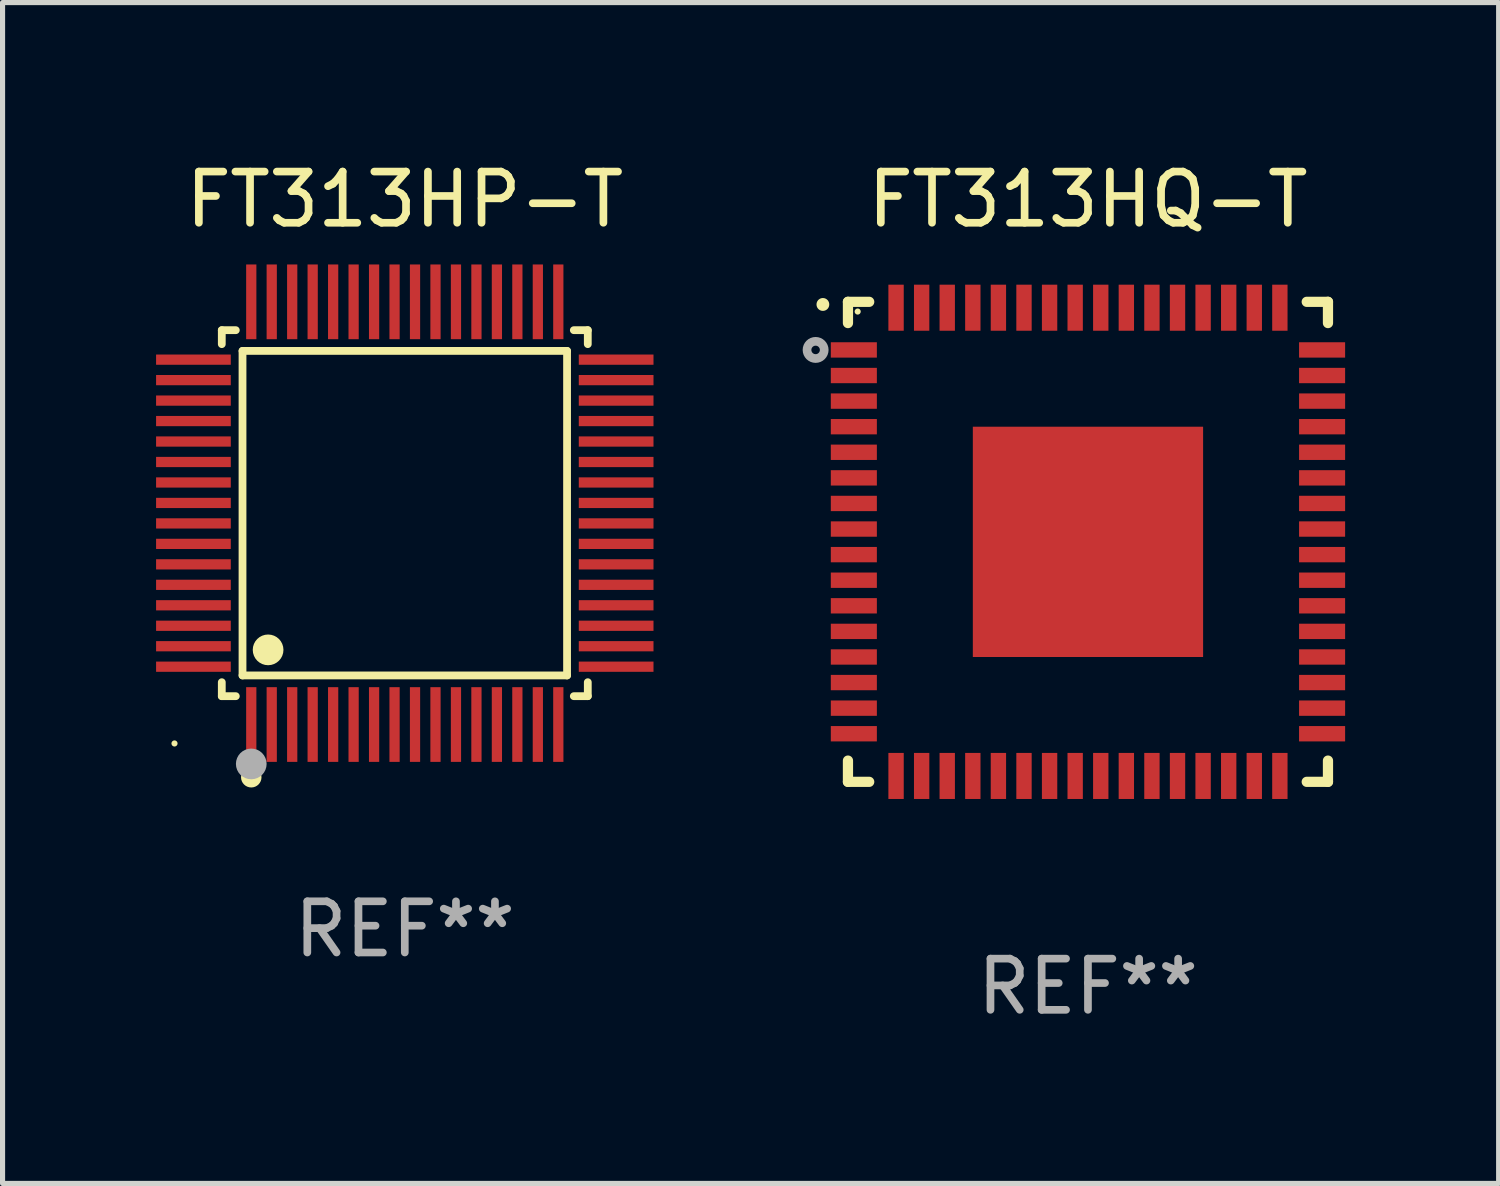
<source format=kicad_pcb>
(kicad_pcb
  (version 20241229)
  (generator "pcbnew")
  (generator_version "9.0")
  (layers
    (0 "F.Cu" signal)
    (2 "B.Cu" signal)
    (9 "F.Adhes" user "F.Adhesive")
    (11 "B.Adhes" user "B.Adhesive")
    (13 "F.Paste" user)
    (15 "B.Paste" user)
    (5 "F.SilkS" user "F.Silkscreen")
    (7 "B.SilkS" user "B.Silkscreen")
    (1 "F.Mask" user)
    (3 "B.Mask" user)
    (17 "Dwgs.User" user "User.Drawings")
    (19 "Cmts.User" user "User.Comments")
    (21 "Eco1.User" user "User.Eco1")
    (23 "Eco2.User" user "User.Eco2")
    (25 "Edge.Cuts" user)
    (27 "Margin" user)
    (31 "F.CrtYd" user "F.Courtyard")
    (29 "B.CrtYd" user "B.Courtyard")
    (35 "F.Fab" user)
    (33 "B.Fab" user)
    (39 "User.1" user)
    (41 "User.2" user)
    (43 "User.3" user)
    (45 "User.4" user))
  (footprint "FT313HQ-T"
    (layer "F.Cu")
    (at 18.21 7.538)
    (property "Reference" "FT313HQ-T" (at 0 -6.69 0) (layer "F.SilkS") (effects (font (size 1 1) (thickness 0.15))))
    (attr through_hole)
    (fp_line (start -4.69 -4.69) (end -4.275 -4.69) (stroke (width 0.2) (type solid)) (layer "F.SilkS"))
    (fp_line (start -4.69 -4.275) (end -4.69 -4.69) (stroke (width 0.2) (type solid)) (layer "F.SilkS"))
    (fp_line (start -4.69 4.275) (end -4.69 4.69) (stroke (width 0.2) (type solid)) (layer "F.SilkS"))
    (fp_line (start -4.69 4.69) (end -4.275 4.69) (stroke (width 0.2) (type solid)) (layer "F.SilkS"))
    (fp_line (start 4.275 -4.69) (end 4.69 -4.69) (stroke (width 0.2) (type solid)) (layer "F.SilkS"))
    (fp_line (start 4.275 4.69) (end 4.69 4.69) (stroke (width 0.2) (type solid)) (layer "F.SilkS"))
    (fp_line (start 4.69 -4.69) (end 4.69 -4.275) (stroke (width 0.2) (type solid)) (layer "F.SilkS"))
    (fp_line (start 4.69 4.69) (end 4.69 4.275) (stroke (width 0.2) (type solid)) (layer "F.SilkS"))
    (fp_arc (start -5.18001 -4.637338) (mid -5.180016 -4.638608) (end -5.18001 -4.639878) (stroke (width 0.24892) (type solid)) (layer "F.SilkS"))
    (fp_circle (center -4.5 -4.5) (end -4.47 -4.5) (stroke (width 0.06) (type solid)) (fill no) (layer "F.SilkS"))
    (fp_circle (center -5.322 -3.75) (end -5.239 -3.75) (stroke (width 0.17) (type solid)) (fill no) (layer "F.Fab"))
    (fp_text user "REF**" (at 0 8.69 0) (layer "F.Fab") (effects (font (size 1 1) (thickness 0.15))))
    (pad "1" smd rect (at -4.575 -3.75) (size 0.9 0.3) (layers "F.Cu" "F.Mask" "F.Paste"))
    (pad "2" smd rect (at -4.575 -3.25) (size 0.9 0.3) (layers "F.Cu" "F.Mask" "F.Paste"))
    (pad "3" smd rect (at -4.575 -2.75) (size 0.9 0.3) (layers "F.Cu" "F.Mask" "F.Paste"))
    (pad "4" smd rect (at -4.575 -2.25) (size 0.9 0.3) (layers "F.Cu" "F.Mask" "F.Paste"))
    (pad "5" smd rect (at -4.575 -1.75) (size 0.9 0.3) (layers "F.Cu" "F.Mask" "F.Paste"))
    (pad "6" smd rect (at -4.575 -1.25) (size 0.9 0.3) (layers "F.Cu" "F.Mask" "F.Paste"))
    (pad "7" smd rect (at -4.575 -0.75) (size 0.9 0.3) (layers "F.Cu" "F.Mask" "F.Paste"))
    (pad "8" smd rect (at -4.575 -0.25) (size 0.9 0.3) (layers "F.Cu" "F.Mask" "F.Paste"))
    (pad "9" smd rect (at -4.575 0.25) (size 0.9 0.3) (layers "F.Cu" "F.Mask" "F.Paste"))
    (pad "10" smd rect (at -4.575 0.75) (size 0.9 0.3) (layers "F.Cu" "F.Mask" "F.Paste"))
    (pad "11" smd rect (at -4.575 1.25) (size 0.9 0.3) (layers "F.Cu" "F.Mask" "F.Paste"))
    (pad "12" smd rect (at -4.575 1.75) (size 0.9 0.3) (layers "F.Cu" "F.Mask" "F.Paste"))
    (pad "13" smd rect (at -4.575 2.25) (size 0.9 0.3) (layers "F.Cu" "F.Mask" "F.Paste"))
    (pad "14" smd rect (at -4.575 2.75) (size 0.9 0.3) (layers "F.Cu" "F.Mask" "F.Paste"))
    (pad "15" smd rect (at -4.575 3.25) (size 0.9 0.3) (layers "F.Cu" "F.Mask" "F.Paste"))
    (pad "16" smd rect (at -4.575 3.75) (size 0.9 0.3) (layers "F.Cu" "F.Mask" "F.Paste"))
    (pad "17" smd rect (at -3.75 4.575 90) (size 0.9 0.3) (layers "F.Cu" "F.Mask" "F.Paste"))
    (pad "18" smd rect (at -3.25 4.575 90) (size 0.9 0.3) (layers "F.Cu" "F.Mask" "F.Paste"))
    (pad "19" smd rect (at -2.75 4.575 90) (size 0.9 0.3) (layers "F.Cu" "F.Mask" "F.Paste"))
    (pad "20" smd rect (at -2.25 4.575 90) (size 0.9 0.3) (layers "F.Cu" "F.Mask" "F.Paste"))
    (pad "21" smd rect (at -1.75 4.575 90) (size 0.9 0.3) (layers "F.Cu" "F.Mask" "F.Paste"))
    (pad "22" smd rect (at -1.25 4.575 90) (size 0.9 0.3) (layers "F.Cu" "F.Mask" "F.Paste"))
    (pad "23" smd rect (at -0.75 4.575 90) (size 0.9 0.3) (layers "F.Cu" "F.Mask" "F.Paste"))
    (pad "24" smd rect (at -0.25 4.575 90) (size 0.9 0.3) (layers "F.Cu" "F.Mask" "F.Paste"))
    (pad "25" smd rect (at 0.25 4.575 90) (size 0.9 0.3) (layers "F.Cu" "F.Mask" "F.Paste"))
    (pad "26" smd rect (at 0.75 4.575 90) (size 0.9 0.3) (layers "F.Cu" "F.Mask" "F.Paste"))
    (pad "27" smd rect (at 1.25 4.575 90) (size 0.9 0.3) (layers "F.Cu" "F.Mask" "F.Paste"))
    (pad "28" smd rect (at 1.75 4.575 90) (size 0.9 0.3) (layers "F.Cu" "F.Mask" "F.Paste"))
    (pad "29" smd rect (at 2.25 4.575 90) (size 0.9 0.3) (layers "F.Cu" "F.Mask" "F.Paste"))
    (pad "30" smd rect (at 2.75 4.575 90) (size 0.9 0.3) (layers "F.Cu" "F.Mask" "F.Paste"))
    (pad "31" smd rect (at 3.25 4.575 90) (size 0.9 0.3) (layers "F.Cu" "F.Mask" "F.Paste"))
    (pad "32" smd rect (at 3.75 4.575 90) (size 0.9 0.3) (layers "F.Cu" "F.Mask" "F.Paste"))
    (pad "33" smd rect (at 4.575 3.75 180) (size 0.9 0.3) (layers "F.Cu" "F.Mask" "F.Paste"))
    (pad "34" smd rect (at 4.575 3.25) (size 0.9 0.3) (layers "F.Cu" "F.Mask" "F.Paste"))
    (pad "35" smd rect (at 4.575 2.75) (size 0.9 0.3) (layers "F.Cu" "F.Mask" "F.Paste"))
    (pad "36" smd rect (at 4.575 2.25) (size 0.9 0.3) (layers "F.Cu" "F.Mask" "F.Paste"))
    (pad "37" smd rect (at 4.575 1.75) (size 0.9 0.3) (layers "F.Cu" "F.Mask" "F.Paste"))
    (pad "38" smd rect (at 4.575 1.25) (size 0.9 0.3) (layers "F.Cu" "F.Mask" "F.Paste"))
    (pad "39" smd rect (at 4.575 0.75) (size 0.9 0.3) (layers "F.Cu" "F.Mask" "F.Paste"))
    (pad "40" smd rect (at 4.575 0.25) (size 0.9 0.3) (layers "F.Cu" "F.Mask" "F.Paste"))
    (pad "41" smd rect (at 4.575 -0.25) (size 0.9 0.3) (layers "F.Cu" "F.Mask" "F.Paste"))
    (pad "42" smd rect (at 4.575 -0.75) (size 0.9 0.3) (layers "F.Cu" "F.Mask" "F.Paste"))
    (pad "43" smd rect (at 4.575 -1.25) (size 0.9 0.3) (layers "F.Cu" "F.Mask" "F.Paste"))
    (pad "44" smd rect (at 4.575 -1.75) (size 0.9 0.3) (layers "F.Cu" "F.Mask" "F.Paste"))
    (pad "45" smd rect (at 4.575 -2.25) (size 0.9 0.3) (layers "F.Cu" "F.Mask" "F.Paste"))
    (pad "46" smd rect (at 4.575 -2.75) (size 0.9 0.3) (layers "F.Cu" "F.Mask" "F.Paste"))
    (pad "47" smd rect (at 4.575 -3.25) (size 0.9 0.3) (layers "F.Cu" "F.Mask" "F.Paste"))
    (pad "48" smd rect (at 4.575 -3.75) (size 0.9 0.3) (layers "F.Cu" "F.Mask" "F.Paste"))
    (pad "49" smd rect (at 3.75 -4.575 90) (size 0.9 0.3) (layers "F.Cu" "F.Mask" "F.Paste"))
    (pad "50" smd rect (at 3.25 -4.575 90) (size 0.9 0.3) (layers "F.Cu" "F.Mask" "F.Paste"))
    (pad "51" smd rect (at 2.75 -4.575 90) (size 0.9 0.3) (layers "F.Cu" "F.Mask" "F.Paste"))
    (pad "52" smd rect (at 2.25 -4.575 90) (size 0.9 0.3) (layers "F.Cu" "F.Mask" "F.Paste"))
    (pad "53" smd rect (at 1.75 -4.575 90) (size 0.9 0.3) (layers "F.Cu" "F.Mask" "F.Paste"))
    (pad "54" smd rect (at 1.25 -4.575 90) (size 0.9 0.3) (layers "F.Cu" "F.Mask" "F.Paste"))
    (pad "55" smd rect (at 0.75 -4.575 90) (size 0.9 0.3) (layers "F.Cu" "F.Mask" "F.Paste"))
    (pad "56" smd rect (at 0.25 -4.575 90) (size 0.9 0.3) (layers "F.Cu" "F.Mask" "F.Paste"))
    (pad "57" smd rect (at -0.25 -4.575 90) (size 0.9 0.3) (layers "F.Cu" "F.Mask" "F.Paste"))
    (pad "58" smd rect (at -0.75 -4.575 90) (size 0.9 0.3) (layers "F.Cu" "F.Mask" "F.Paste"))
    (pad "59" smd rect (at -1.25 -4.575 90) (size 0.9 0.3) (layers "F.Cu" "F.Mask" "F.Paste"))
    (pad "60" smd rect (at -1.75 -4.575 90) (size 0.9 0.3) (layers "F.Cu" "F.Mask" "F.Paste"))
    (pad "61" smd rect (at -2.25 -4.575 90) (size 0.9 0.3) (layers "F.Cu" "F.Mask" "F.Paste"))
    (pad "62" smd rect (at -2.75 -4.575 90) (size 0.9 0.3) (layers "F.Cu" "F.Mask" "F.Paste"))
    (pad "63" smd rect (at -3.25 -4.575 90) (size 0.9 0.3) (layers "F.Cu" "F.Mask" "F.Paste"))
    (pad "64" smd rect (at -3.75 -4.575 90) (size 0.9 0.3) (layers "F.Cu" "F.Mask" "F.Paste"))
    (pad "65" smd rect (at 0 0.000381) (size 4.5 4.5) (layers "F.Cu" "F.Mask" "F.Paste")))
  (footprint "FT313HP-T"
    (layer "F.Cu")
    (at 4.86 6.978)
    (property "Reference" "FT313HP-T" (at 0 -6.13 0) (layer "F.SilkS") (effects (font (size 1 1) (thickness 0.15))))
    (attr through_hole)
    (fp_line (start -3.576 -3.576) (end -3.302 -3.576) (stroke (width 0.152) (type solid)) (layer "F.SilkS"))
    (fp_line (start -3.576 -3.303) (end -3.576 -3.576) (stroke (width 0.152) (type solid)) (layer "F.SilkS"))
    (fp_line (start -3.576 3.303) (end -3.576 3.576) (stroke (width 0.152) (type solid)) (layer "F.SilkS"))
    (fp_line (start -3.576 3.576) (end -3.302 3.576) (stroke (width 0.152) (type solid)) (layer "F.SilkS"))
    (fp_line (start -3.171 -3.171) (end 3.171 -3.171) (stroke (width 0.152) (type solid)) (layer "F.SilkS"))
    (fp_line (start -3.171 3.171) (end -3.171 -3.171) (stroke (width 0.152) (type solid)) (layer "F.SilkS"))
    (fp_line (start 3.171 -3.171) (end 3.171 3.171) (stroke (width 0.152) (type solid)) (layer "F.SilkS"))
    (fp_line (start 3.171 3.171) (end -3.171 3.171) (stroke (width 0.152) (type solid)) (layer "F.SilkS"))
    (fp_line (start 3.576 -3.576) (end 3.303 -3.576) (stroke (width 0.152) (type solid)) (layer "F.SilkS"))
    (fp_line (start 3.576 -3.303) (end 3.576 -3.576) (stroke (width 0.152) (type solid)) (layer "F.SilkS"))
    (fp_line (start 3.576 3.303) (end 3.576 3.576) (stroke (width 0.152) (type solid)) (layer "F.SilkS"))
    (fp_line (start 3.576 3.576) (end 3.303 3.576) (stroke (width 0.152) (type solid)) (layer "F.SilkS"))
    (fp_circle (center -4.5 4.5) (end -4.47 4.5) (stroke (width 0.06) (type solid)) (fill no) (layer "F.SilkS"))
    (fp_circle (center -3 5.16) (end -2.9 5.16) (stroke (width 0.2) (type solid)) (fill no) (layer "F.SilkS"))
    (fp_circle (center -2.671 2.671) (end -2.521 2.671) (stroke (width 0.3) (type solid)) (fill no) (layer "F.SilkS"))
    (fp_circle (center -3 4.9) (end -2.85 4.9) (stroke (width 0.3) (type solid)) (fill no) (layer "F.Fab"))
    (fp_text user "REF**" (at 0 8.13 0) (layer "F.Fab") (effects (font (size 1 1) (thickness 0.15))))
    (pad "1" smd rect (at -3 4.13) (size 0.2 1.46) (layers "F.Cu" "F.Mask" "F.Paste"))
    (pad "2" smd rect (at -2.6 4.13) (size 0.2 1.46) (layers "F.Cu" "F.Mask" "F.Paste"))
    (pad "3" smd rect (at -2.2 4.13) (size 0.2 1.46) (layers "F.Cu" "F.Mask" "F.Paste"))
    (pad "4" smd rect (at -1.8 4.13) (size 0.2 1.46) (layers "F.Cu" "F.Mask" "F.Paste"))
    (pad "5" smd rect (at -1.4 4.13) (size 0.2 1.46) (layers "F.Cu" "F.Mask" "F.Paste"))
    (pad "6" smd rect (at -1 4.13) (size 0.2 1.46) (layers "F.Cu" "F.Mask" "F.Paste"))
    (pad "7" smd rect (at -0.6 4.13) (size 0.2 1.46) (layers "F.Cu" "F.Mask" "F.Paste"))
    (pad "8" smd rect (at -0.2 4.13) (size 0.2 1.46) (layers "F.Cu" "F.Mask" "F.Paste"))
    (pad "9" smd rect (at 0.2 4.13) (size 0.2 1.46) (layers "F.Cu" "F.Mask" "F.Paste"))
    (pad "10" smd rect (at 0.6 4.13) (size 0.2 1.46) (layers "F.Cu" "F.Mask" "F.Paste"))
    (pad "11" smd rect (at 1 4.13) (size 0.2 1.46) (layers "F.Cu" "F.Mask" "F.Paste"))
    (pad "12" smd rect (at 1.4 4.13) (size 0.2 1.46) (layers "F.Cu" "F.Mask" "F.Paste"))
    (pad "13" smd rect (at 1.8 4.13) (size 0.2 1.46) (layers "F.Cu" "F.Mask" "F.Paste"))
    (pad "14" smd rect (at 2.2 4.13) (size 0.2 1.46) (layers "F.Cu" "F.Mask" "F.Paste"))
    (pad "15" smd rect (at 2.6 4.13) (size 0.2 1.46) (layers "F.Cu" "F.Mask" "F.Paste"))
    (pad "16" smd rect (at 3 4.13) (size 0.2 1.46) (layers "F.Cu" "F.Mask" "F.Paste"))
    (pad "17" smd rect (at 4.13 3) (size 1.46 0.2) (layers "F.Cu" "F.Mask" "F.Paste"))
    (pad "18" smd rect (at 4.13 2.6) (size 1.46 0.2) (layers "F.Cu" "F.Mask" "F.Paste"))
    (pad "19" smd rect (at 4.13 2.2) (size 1.46 0.2) (layers "F.Cu" "F.Mask" "F.Paste"))
    (pad "20" smd rect (at 4.13 1.8) (size 1.46 0.2) (layers "F.Cu" "F.Mask" "F.Paste"))
    (pad "21" smd rect (at 4.13 1.4) (size 1.46 0.2) (layers "F.Cu" "F.Mask" "F.Paste"))
    (pad "22" smd rect (at 4.13 1) (size 1.46 0.2) (layers "F.Cu" "F.Mask" "F.Paste"))
    (pad "23" smd rect (at 4.13 0.6) (size 1.46 0.2) (layers "F.Cu" "F.Mask" "F.Paste"))
    (pad "24" smd rect (at 4.13 0.2) (size 1.46 0.2) (layers "F.Cu" "F.Mask" "F.Paste"))
    (pad "25" smd rect (at 4.13 -0.2) (size 1.46 0.2) (layers "F.Cu" "F.Mask" "F.Paste"))
    (pad "26" smd rect (at 4.13 -0.6) (size 1.46 0.2) (layers "F.Cu" "F.Mask" "F.Paste"))
    (pad "27" smd rect (at 4.13 -1) (size 1.46 0.2) (layers "F.Cu" "F.Mask" "F.Paste"))
    (pad "28" smd rect (at 4.13 -1.4) (size 1.46 0.2) (layers "F.Cu" "F.Mask" "F.Paste"))
    (pad "29" smd rect (at 4.13 -1.8) (size 1.46 0.2) (layers "F.Cu" "F.Mask" "F.Paste"))
    (pad "30" smd rect (at 4.13 -2.2) (size 1.46 0.2) (layers "F.Cu" "F.Mask" "F.Paste"))
    (pad "31" smd rect (at 4.13 -2.6) (size 1.46 0.2) (layers "F.Cu" "F.Mask" "F.Paste"))
    (pad "32" smd rect (at 4.13 -3) (size 1.46 0.2) (layers "F.Cu" "F.Mask" "F.Paste"))
    (pad "33" smd rect (at 3 -4.13) (size 0.2 1.46) (layers "F.Cu" "F.Mask" "F.Paste"))
    (pad "34" smd rect (at 2.6 -4.13) (size 0.2 1.46) (layers "F.Cu" "F.Mask" "F.Paste"))
    (pad "35" smd rect (at 2.2 -4.13) (size 0.2 1.46) (layers "F.Cu" "F.Mask" "F.Paste"))
    (pad "36" smd rect (at 1.8 -4.13) (size 0.2 1.46) (layers "F.Cu" "F.Mask" "F.Paste"))
    (pad "37" smd rect (at 1.4 -4.13) (size 0.2 1.46) (layers "F.Cu" "F.Mask" "F.Paste"))
    (pad "38" smd rect (at 1 -4.13) (size 0.2 1.46) (layers "F.Cu" "F.Mask" "F.Paste"))
    (pad "39" smd rect (at 0.6 -4.13) (size 0.2 1.46) (layers "F.Cu" "F.Mask" "F.Paste"))
    (pad "40" smd rect (at 0.2 -4.13) (size 0.2 1.46) (layers "F.Cu" "F.Mask" "F.Paste"))
    (pad "41" smd rect (at -0.2 -4.13) (size 0.2 1.46) (layers "F.Cu" "F.Mask" "F.Paste"))
    (pad "42" smd rect (at -0.6 -4.13) (size 0.2 1.46) (layers "F.Cu" "F.Mask" "F.Paste"))
    (pad "43" smd rect (at -1 -4.13) (size 0.2 1.46) (layers "F.Cu" "F.Mask" "F.Paste"))
    (pad "44" smd rect (at -1.4 -4.13) (size 0.2 1.46) (layers "F.Cu" "F.Mask" "F.Paste"))
    (pad "45" smd rect (at -1.8 -4.13) (size 0.2 1.46) (layers "F.Cu" "F.Mask" "F.Paste"))
    (pad "46" smd rect (at -2.2 -4.13) (size 0.2 1.46) (layers "F.Cu" "F.Mask" "F.Paste"))
    (pad "47" smd rect (at -2.6 -4.13) (size 0.2 1.46) (layers "F.Cu" "F.Mask" "F.Paste"))
    (pad "48" smd rect (at -3 -4.13) (size 0.2 1.46) (layers "F.Cu" "F.Mask" "F.Paste"))
    (pad "49" smd rect (at -4.13 -3) (size 1.46 0.2) (layers "F.Cu" "F.Mask" "F.Paste"))
    (pad "50" smd rect (at -4.13 -2.6) (size 1.46 0.2) (layers "F.Cu" "F.Mask" "F.Paste"))
    (pad "51" smd rect (at -4.13 -2.2) (size 1.46 0.2) (layers "F.Cu" "F.Mask" "F.Paste"))
    (pad "52" smd rect (at -4.13 -1.8) (size 1.46 0.2) (layers "F.Cu" "F.Mask" "F.Paste"))
    (pad "53" smd rect (at -4.13 -1.4) (size 1.46 0.2) (layers "F.Cu" "F.Mask" "F.Paste"))
    (pad "54" smd rect (at -4.13 -1) (size 1.46 0.2) (layers "F.Cu" "F.Mask" "F.Paste"))
    (pad "55" smd rect (at -4.13 -0.6) (size 1.46 0.2) (layers "F.Cu" "F.Mask" "F.Paste"))
    (pad "56" smd rect (at -4.13 -0.2) (size 1.46 0.2) (layers "F.Cu" "F.Mask" "F.Paste"))
    (pad "57" smd rect (at -4.13 0.2) (size 1.46 0.2) (layers "F.Cu" "F.Mask" "F.Paste"))
    (pad "58" smd rect (at -4.13 0.6) (size 1.46 0.2) (layers "F.Cu" "F.Mask" "F.Paste"))
    (pad "59" smd rect (at -4.13 1) (size 1.46 0.2) (layers "F.Cu" "F.Mask" "F.Paste"))
    (pad "60" smd rect (at -4.13 1.4) (size 1.46 0.2) (layers "F.Cu" "F.Mask" "F.Paste"))
    (pad "61" smd rect (at -4.13 1.8) (size 1.46 0.2) (layers "F.Cu" "F.Mask" "F.Paste"))
    (pad "62" smd rect (at -4.13 2.2) (size 1.46 0.2) (layers "F.Cu" "F.Mask" "F.Paste"))
    (pad "63" smd rect (at -4.13 2.6) (size 1.46 0.2) (layers "F.Cu" "F.Mask" "F.Paste"))
    (pad "64" smd rect (at -4.13 3) (size 1.46 0.2) (layers "F.Cu" "F.Mask" "F.Paste")))
  (gr_rect
    (start -3 -3)
    (end 26.235 20.076)
    (stroke (width 0.1) (type default))
    (fill no)
    (layer "Edge.Cuts")))
</source>
